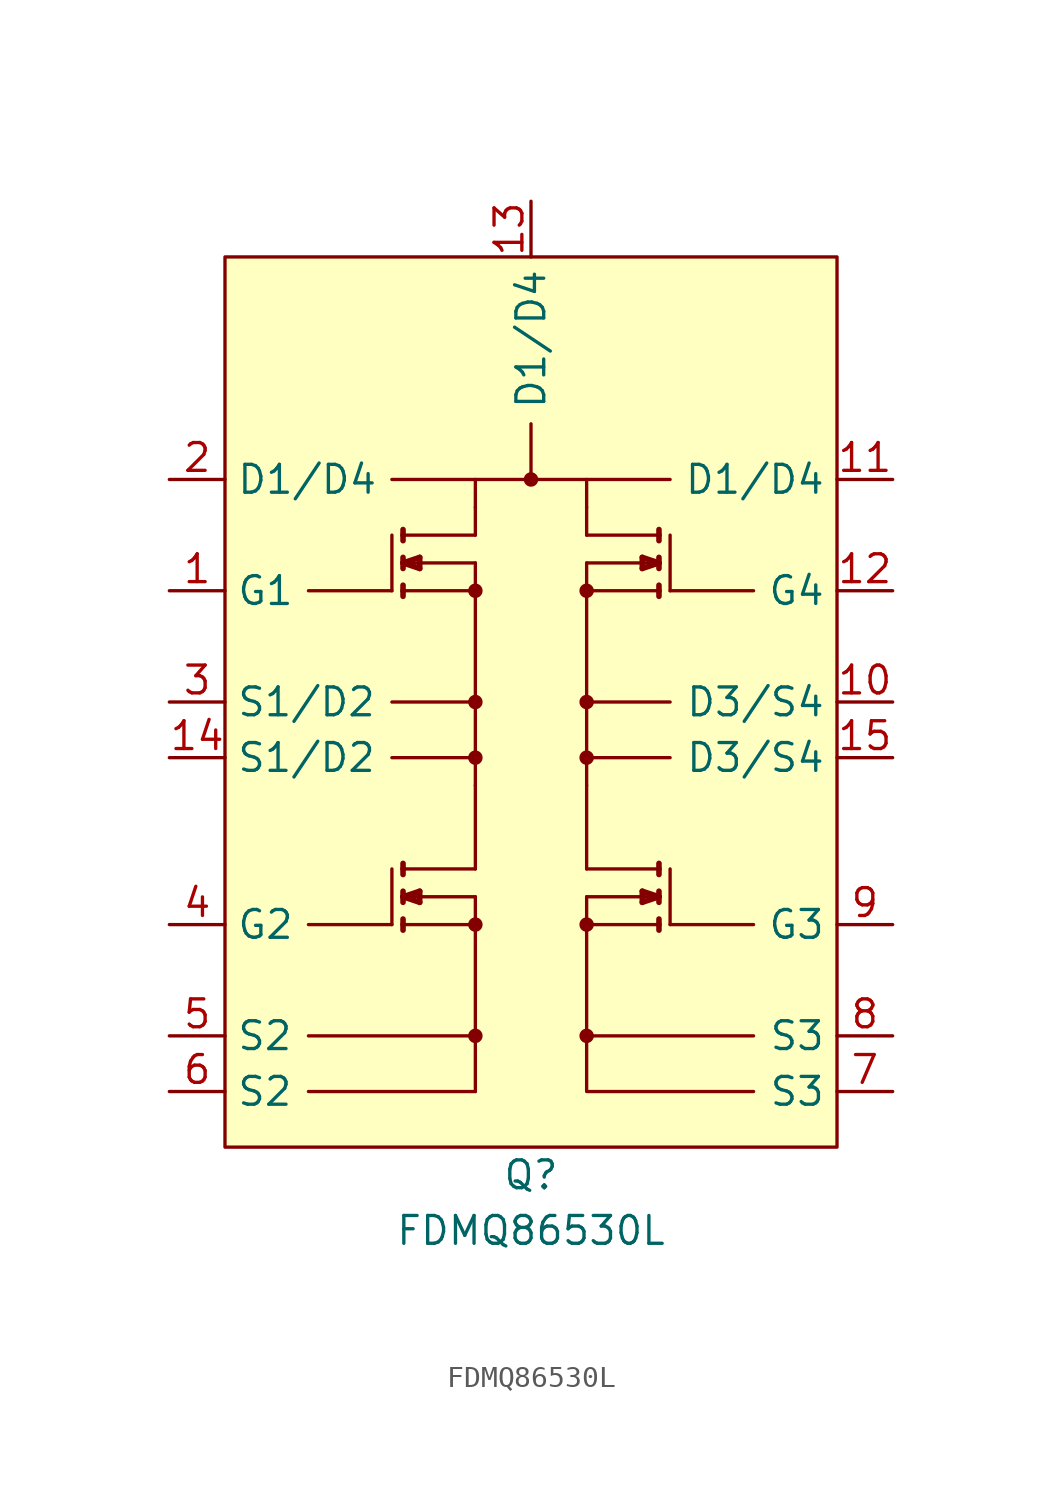
<source format=kicad_sym>
(kicad_symbol_lib
  (version 20231120)
  (generator "kicad_symbol_editor")
  (generator_version "8.0")
  (symbol "FDMQ86530L"
    (property "Reference" "Q"
      (at 0 -21.59 0)
      (effects (font (size 1.27 1.27))))
    (property "Value" "FDMQ86530L"
      (at 0 -24.13 0)
      (effects (font (size 1.27 1.27))))
    (symbol "FDMQ86530L_1_0"
      (circle (center -2.54 -15.24) (radius 0.254) (stroke (width 0) (type solid)) (fill (type outline)))
      (circle (center -2.54 -10.16) (radius 0.254) (stroke (width 0) (type solid)) (fill (type outline)))
      (circle (center -2.54 -2.54) (radius 0.254) (stroke (width 0) (type solid)) (fill (type outline)))
      (circle (center -2.54 0) (radius 0.254) (stroke (width 0) (type solid)) (fill (type outline)))
      (circle (center -2.54 5.08) (radius 0.254) (stroke (width 0) (type solid)) (fill (type outline)))
      (polyline (pts (xy -6.35 -10.16) (xy -10.16 -10.16)) (stroke (width 0) (type default)) (fill (type none)))
      (polyline (pts (xy -6.35 -10.16) (xy -6.35 -7.62)) (stroke (width 0) (type solid)) (fill (type none)))
      (polyline (pts (xy -6.35 5.08) (xy -10.16 5.08)) (stroke (width 0) (type default)) (fill (type none)))
      (polyline (pts (xy -6.35 5.08) (xy -6.35 7.62)) (stroke (width 0) (type solid)) (fill (type none)))
      (polyline (pts (xy -5.842 -10.414) (xy -5.842 -10.16)) (stroke (width 0.254) (type solid)) (fill (type none)))
      (polyline (pts (xy -5.842 -10.16) (xy -5.842 -9.906)) (stroke (width 0.254) (type solid)) (fill (type none)))
      (polyline (pts (xy -5.842 -8.89) (xy -5.842 -9.144)) (stroke (width 0.254) (type solid)) (fill (type none)))
      (polyline (pts (xy -5.842 -8.89) (xy -5.842 -8.636)) (stroke (width 0.254) (type solid)) (fill (type none)))
      (polyline (pts (xy -5.842 -8.89) (xy -5.08 -8.636)) (stroke (width 0.254) (type solid)) (fill (type none)))
      (polyline (pts (xy -5.842 -8.89) (xy -2.54 -8.89)) (stroke (width 0) (type solid)) (fill (type none)))
      (polyline (pts (xy -5.842 -7.874) (xy -5.842 -7.62)) (stroke (width 0.254) (type solid)) (fill (type none)))
      (polyline (pts (xy -5.842 -7.62) (xy -5.842 -7.366)) (stroke (width 0.254) (type solid)) (fill (type none)))
      (polyline (pts (xy -5.842 -7.62) (xy -2.54 -7.62)) (stroke (width 0) (type solid)) (fill (type none)))
      (polyline (pts (xy -5.842 4.826) (xy -5.842 5.08)) (stroke (width 0.254) (type solid)) (fill (type none)))
      (polyline (pts (xy -5.842 5.08) (xy -5.842 5.334)) (stroke (width 0.254) (type solid)) (fill (type none)))
      (polyline (pts (xy -5.842 6.35) (xy -5.842 6.096)) (stroke (width 0.254) (type solid)) (fill (type none)))
      (polyline (pts (xy -5.842 6.35) (xy -5.842 6.604)) (stroke (width 0.254) (type solid)) (fill (type none)))
      (polyline (pts (xy -5.842 6.35) (xy -5.08 6.604)) (stroke (width 0.254) (type solid)) (fill (type none)))
      (polyline (pts (xy -5.842 6.35) (xy -2.54 6.35)) (stroke (width 0) (type solid)) (fill (type none)))
      (polyline (pts (xy -5.842 7.366) (xy -5.842 7.62)) (stroke (width 0.254) (type solid)) (fill (type none)))
      (polyline (pts (xy -5.842 7.62) (xy -5.842 7.874)) (stroke (width 0.254) (type solid)) (fill (type none)))
      (polyline (pts (xy -5.842 7.62) (xy -2.54 7.62)) (stroke (width 0) (type solid)) (fill (type none)))
      (polyline (pts (xy -5.08 -9.144) (xy -5.842 -8.89)) (stroke (width 0.254) (type solid)) (fill (type none)))
      (polyline (pts (xy -5.08 -8.636) (xy -5.08 -9.144)) (stroke (width 0.254) (type solid)) (fill (type none)))
      (polyline (pts (xy -5.08 6.096) (xy -5.842 6.35)) (stroke (width 0.254) (type solid)) (fill (type none)))
      (polyline (pts (xy -5.08 6.604) (xy -5.08 6.096)) (stroke (width 0.254) (type solid)) (fill (type none)))
      (polyline (pts (xy -2.54 -10.16) (xy -5.842 -10.16)) (stroke (width 0) (type solid)) (fill (type none)))
      (polyline (pts (xy -2.54 -10.16) (xy -2.54 -15.24)) (stroke (width 0) (type solid)) (fill (type none)))
      (polyline (pts (xy -2.54 -8.89) (xy -2.54 -10.16)) (stroke (width 0) (type solid)) (fill (type none)))
      (polyline (pts (xy -2.54 -3.81) (xy -2.54 -7.62)) (stroke (width 0) (type solid)) (fill (type none)))
      (polyline (pts (xy -2.54 5.08) (xy -5.842 5.08)) (stroke (width 0) (type solid)) (fill (type none)))
      (polyline (pts (xy -2.54 5.08) (xy -2.54 0)) (stroke (width 0) (type solid)) (fill (type none)))
      (polyline (pts (xy -2.54 6.35) (xy -2.54 5.08)) (stroke (width 0) (type solid)) (fill (type none)))
      (polyline (pts (xy -2.54 8.89) (xy -2.54 7.62)) (stroke (width 0) (type solid)) (fill (type none)))
      (polyline (pts (xy 2.54 -10.16) (xy 2.54 -15.24)) (stroke (width 0) (type solid)) (fill (type none)))
      (polyline (pts (xy 2.54 -10.16) (xy 5.842 -10.16)) (stroke (width 0) (type solid)) (fill (type none)))
      (polyline (pts (xy 2.54 -8.89) (xy 2.54 -10.16)) (stroke (width 0) (type solid)) (fill (type none)))
      (polyline (pts (xy 2.54 -3.81) (xy 2.54 -7.62)) (stroke (width 0) (type solid)) (fill (type none)))
      (polyline (pts (xy 2.54 5.08) (xy 2.54 0)) (stroke (width 0) (type solid)) (fill (type none)))
      (polyline (pts (xy 2.54 5.08) (xy 5.842 5.08)) (stroke (width 0) (type solid)) (fill (type none)))
      (polyline (pts (xy 2.54 6.35) (xy 2.54 5.08)) (stroke (width 0) (type solid)) (fill (type none)))
      (polyline (pts (xy 2.54 8.89) (xy 2.54 7.62)) (stroke (width 0) (type solid)) (fill (type none)))
      (polyline (pts (xy 5.08 -9.144) (xy 5.842 -8.89)) (stroke (width 0.254) (type solid)) (fill (type none)))
      (polyline (pts (xy 5.08 -8.636) (xy 5.08 -9.144)) (stroke (width 0.254) (type solid)) (fill (type none)))
      (polyline (pts (xy 5.08 6.096) (xy 5.842 6.35)) (stroke (width 0.254) (type solid)) (fill (type none)))
      (polyline (pts (xy 5.08 6.604) (xy 5.08 6.096)) (stroke (width 0.254) (type solid)) (fill (type none)))
      (polyline (pts (xy 5.842 -10.414) (xy 5.842 -10.16)) (stroke (width 0.254) (type solid)) (fill (type none)))
      (polyline (pts (xy 5.842 -10.16) (xy 5.842 -9.906)) (stroke (width 0.254) (type solid)) (fill (type none)))
      (polyline (pts (xy 5.842 -8.89) (xy 2.54 -8.89)) (stroke (width 0) (type solid)) (fill (type none)))
      (polyline (pts (xy 5.842 -8.89) (xy 5.08 -8.636)) (stroke (width 0.254) (type solid)) (fill (type none)))
      (polyline (pts (xy 5.842 -8.89) (xy 5.842 -9.144)) (stroke (width 0.254) (type solid)) (fill (type none)))
      (polyline (pts (xy 5.842 -8.89) (xy 5.842 -8.636)) (stroke (width 0.254) (type solid)) (fill (type none)))
      (polyline (pts (xy 5.842 -7.874) (xy 5.842 -7.62)) (stroke (width 0.254) (type solid)) (fill (type none)))
      (polyline (pts (xy 5.842 -7.62) (xy 2.54 -7.62)) (stroke (width 0) (type solid)) (fill (type none)))
      (polyline (pts (xy 5.842 -7.62) (xy 5.842 -7.366)) (stroke (width 0.254) (type solid)) (fill (type none)))
      (polyline (pts (xy 5.842 4.826) (xy 5.842 5.08)) (stroke (width 0.254) (type solid)) (fill (type none)))
      (polyline (pts (xy 5.842 5.08) (xy 5.842 5.334)) (stroke (width 0.254) (type solid)) (fill (type none)))
      (polyline (pts (xy 5.842 6.35) (xy 2.54 6.35)) (stroke (width 0) (type solid)) (fill (type none)))
      (polyline (pts (xy 5.842 6.35) (xy 5.08 6.604)) (stroke (width 0.254) (type solid)) (fill (type none)))
      (polyline (pts (xy 5.842 6.35) (xy 5.842 6.096)) (stroke (width 0.254) (type solid)) (fill (type none)))
      (polyline (pts (xy 5.842 6.35) (xy 5.842 6.604)) (stroke (width 0.254) (type solid)) (fill (type none)))
      (polyline (pts (xy 5.842 7.366) (xy 5.842 7.62)) (stroke (width 0.254) (type solid)) (fill (type none)))
      (polyline (pts (xy 5.842 7.62) (xy 2.54 7.62)) (stroke (width 0) (type solid)) (fill (type none)))
      (polyline (pts (xy 5.842 7.62) (xy 5.842 7.874)) (stroke (width 0.254) (type solid)) (fill (type none)))
      (polyline (pts (xy 6.35 -10.16) (xy 6.35 -7.62)) (stroke (width 0) (type solid)) (fill (type none)))
      (polyline (pts (xy 6.35 5.08) (xy 6.35 7.62)) (stroke (width 0) (type solid)) (fill (type none)))
      (polyline (pts (xy 10.16 -10.16) (xy 6.35 -10.16)) (stroke (width 0) (type default)) (fill (type none)))
      (polyline (pts (xy 10.16 5.08) (xy 6.35 5.08)) (stroke (width 0) (type default)) (fill (type none)))
      (circle (center 0 10.16) (radius 0.254) (stroke (width 0) (type solid)) (fill (type outline)))
      (circle (center 2.54 -15.24) (radius 0.254) (stroke (width 0) (type solid)) (fill (type outline)))
      (circle (center 2.54 -10.16) (radius 0.254) (stroke (width 0) (type solid)) (fill (type outline)))
      (circle (center 2.54 -2.54) (radius 0.254) (stroke (width 0) (type solid)) (fill (type outline)))
      (circle (center 2.54 0) (radius 0.254) (stroke (width 0) (type solid)) (fill (type outline)))
      (circle (center 2.54 5.08) (radius 0.254) (stroke (width 0) (type solid)) (fill (type outline)))
      (pin passive line (at -16.51 5.08 0) (length 2.54) (name "G1" (effects (font (size 1.27 1.27)))) (number "1" (effects (font (size 1.27 1.27)))))
      (pin passive line (at 16.51 0 180) (length 2.54) (name "D3/S4" (effects (font (size 1.27 1.27)))) (number "10" (effects (font (size 1.27 1.27)))))
      (pin passive line (at 16.51 10.16 180) (length 2.54) (name "D1/D4" (effects (font (size 1.27 1.27)))) (number "11" (effects (font (size 1.27 1.27)))))
      (pin passive line (at 16.51 5.08 180) (length 2.54) (name "G4" (effects (font (size 1.27 1.27)))) (number "12" (effects (font (size 1.27 1.27)))))
      (pin passive line (at 0 22.86 270) (length 2.54) (name "D1/D4" (effects (font (size 1.27 1.27)))) (number "13" (effects (font (size 1.27 1.27)))))
      (pin passive line (at -16.51 -2.54 0) (length 2.54) (name "S1/D2" (effects (font (size 1.27 1.27)))) (number "14" (effects (font (size 1.27 1.27)))))
      (pin passive line (at 16.51 -2.54 180) (length 2.54) (name "D3/S4" (effects (font (size 1.27 1.27)))) (number "15" (effects (font (size 1.27 1.27)))))
      (pin passive line (at -16.51 10.16 0) (length 2.54) (name "D1/D4" (effects (font (size 1.27 1.27)))) (number "2" (effects (font (size 1.27 1.27)))))
      (pin passive line (at -16.51 0 0) (length 2.54) (name "S1/D2" (effects (font (size 1.27 1.27)))) (number "3" (effects (font (size 1.27 1.27)))))
      (pin passive line (at -16.51 -10.16 0) (length 2.54) (name "G2" (effects (font (size 1.27 1.27)))) (number "4" (effects (font (size 1.27 1.27)))))
      (pin passive line (at -16.51 -15.24 0) (length 2.54) (name "S2" (effects (font (size 1.27 1.27)))) (number "5" (effects (font (size 1.27 1.27)))))
      (pin passive line (at -16.51 -17.78 0) (length 2.54) (name "S2" (effects (font (size 1.27 1.27)))) (number "6" (effects (font (size 1.27 1.27)))))
      (pin passive line (at 16.51 -17.78 180) (length 2.54) (name "S3" (effects (font (size 1.27 1.27)))) (number "7" (effects (font (size 1.27 1.27)))))
      (pin passive line (at 16.51 -15.24 180) (length 2.54) (name "S3" (effects (font (size 1.27 1.27)))) (number "8" (effects (font (size 1.27 1.27)))))
      (pin passive line (at 16.51 -10.16 180) (length 2.54) (name "G3" (effects (font (size 1.27 1.27)))) (number "9" (effects (font (size 1.27 1.27))))))
    (symbol "FDMQ86530L_1_1"
      (rectangle (start -13.97 20.32) (end 13.97 -20.32) (stroke (width 0) (type default)) (fill (type background)))
      (polyline (pts (xy -10.16 -17.78) (xy -2.54 -17.78) (xy -2.54 -17.78)) (stroke (width 0) (type default)) (fill (type none)))
      (polyline (pts (xy -10.16 -15.24) (xy -2.54 -15.24) (xy -2.54 -17.78)) (stroke (width 0) (type default)) (fill (type none)))
      (polyline (pts (xy -6.35 -2.54) (xy -2.54 -2.54) (xy -2.54 -3.81)) (stroke (width 0) (type default)) (fill (type none)))
      (polyline (pts (xy -6.35 0) (xy -2.54 0) (xy -2.54 -2.54)) (stroke (width 0) (type default)) (fill (type none)))
      (polyline (pts (xy -6.35 10.16) (xy -2.54 10.16) (xy -2.54 8.89)) (stroke (width 0) (type default)) (fill (type none)))
      (polyline (pts (xy -2.54 10.16) (xy 2.54 10.16) (xy 1.27 10.16)) (stroke (width 0) (type default)) (fill (type none)))
      (polyline (pts (xy 0 10.16) (xy 0 12.7) (xy 0 10.16)) (stroke (width 0) (type default)) (fill (type none)))
      (polyline (pts (xy 6.35 -2.54) (xy 2.54 -2.54) (xy 2.54 -3.81)) (stroke (width 0) (type default)) (fill (type none)))
      (polyline (pts (xy 6.35 0) (xy 2.54 0) (xy 2.54 -2.54)) (stroke (width 0) (type default)) (fill (type none)))
      (polyline (pts (xy 6.35 10.16) (xy 2.54 10.16) (xy 2.54 8.89)) (stroke (width 0) (type default)) (fill (type none)))
      (polyline (pts (xy 10.16 -17.78) (xy 2.54 -17.78) (xy 2.54 -15.24)) (stroke (width 0) (type default)) (fill (type none)))
      (polyline (pts (xy 10.16 -15.24) (xy 2.54 -15.24) (xy 2.54 -15.24)) (stroke (width 0) (type default)) (fill (type none))))))
</source>
